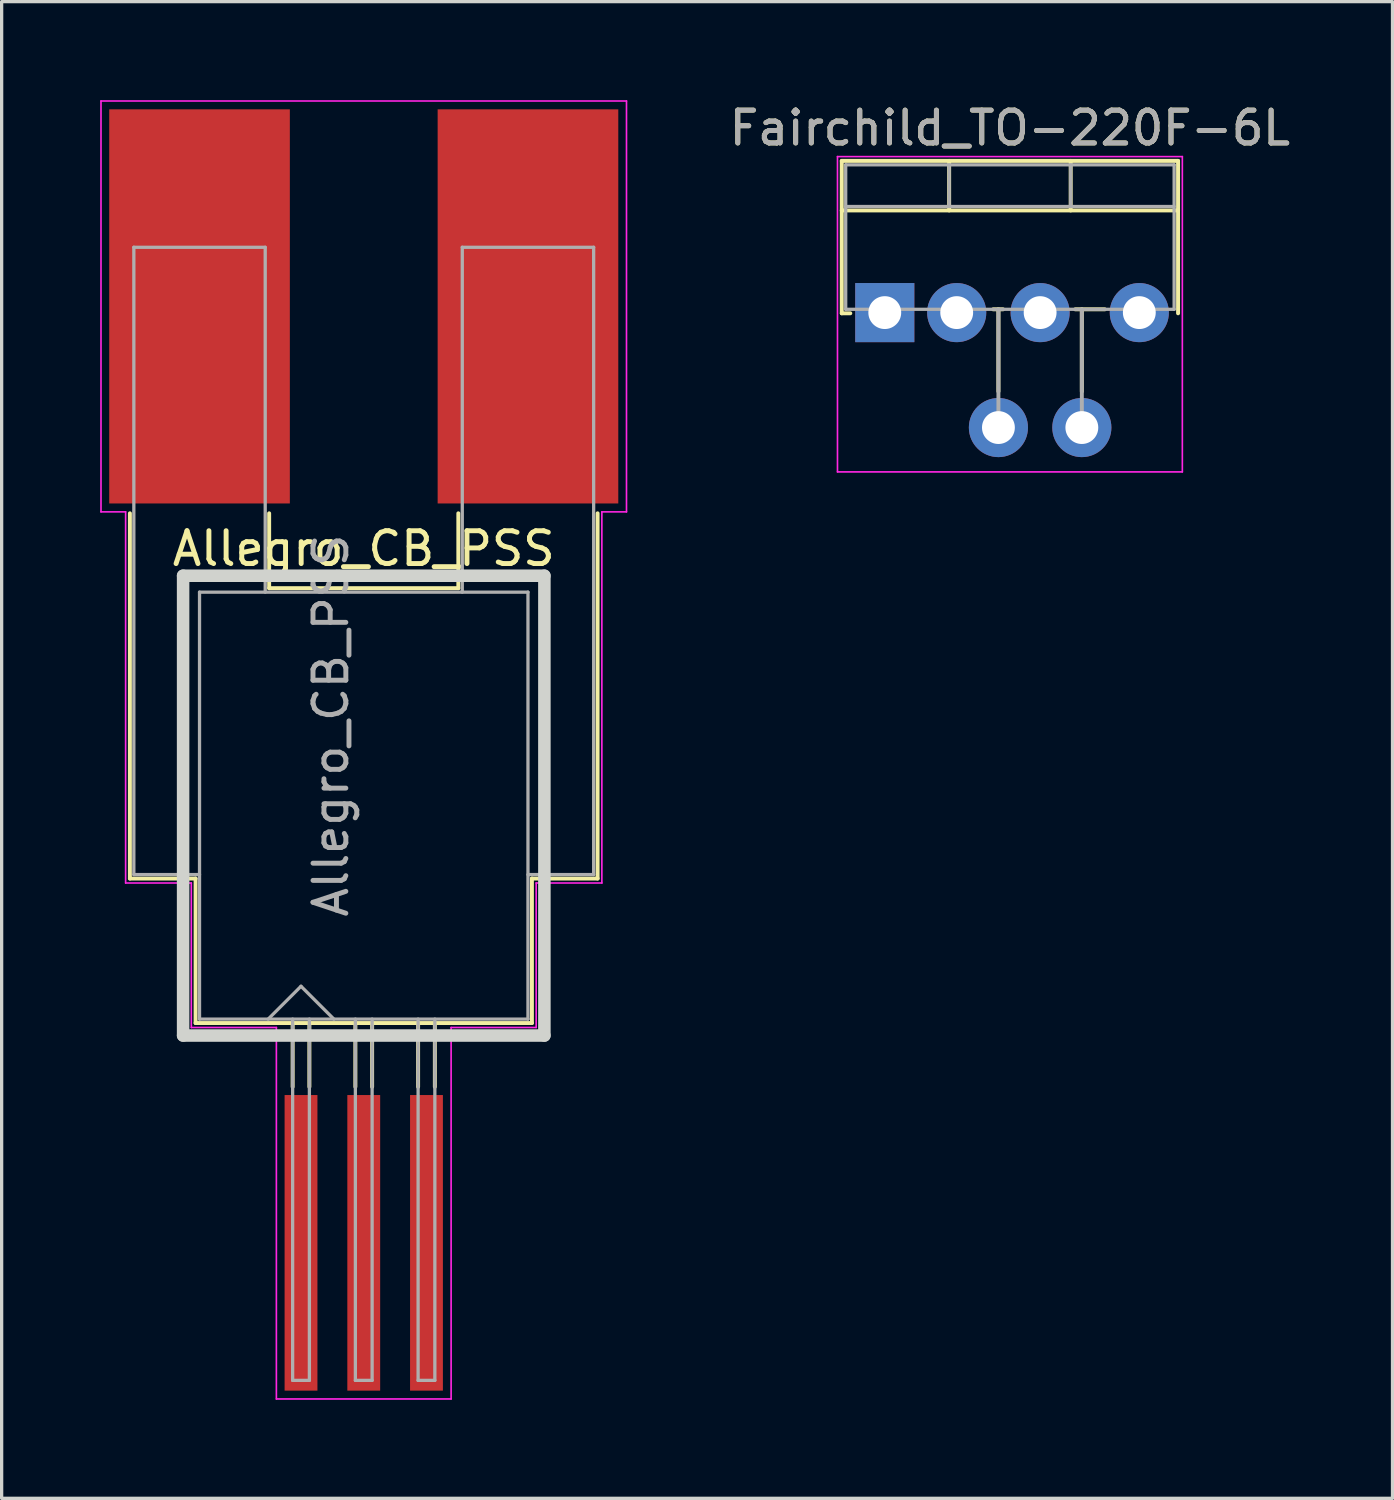
<source format=kicad_pcb>
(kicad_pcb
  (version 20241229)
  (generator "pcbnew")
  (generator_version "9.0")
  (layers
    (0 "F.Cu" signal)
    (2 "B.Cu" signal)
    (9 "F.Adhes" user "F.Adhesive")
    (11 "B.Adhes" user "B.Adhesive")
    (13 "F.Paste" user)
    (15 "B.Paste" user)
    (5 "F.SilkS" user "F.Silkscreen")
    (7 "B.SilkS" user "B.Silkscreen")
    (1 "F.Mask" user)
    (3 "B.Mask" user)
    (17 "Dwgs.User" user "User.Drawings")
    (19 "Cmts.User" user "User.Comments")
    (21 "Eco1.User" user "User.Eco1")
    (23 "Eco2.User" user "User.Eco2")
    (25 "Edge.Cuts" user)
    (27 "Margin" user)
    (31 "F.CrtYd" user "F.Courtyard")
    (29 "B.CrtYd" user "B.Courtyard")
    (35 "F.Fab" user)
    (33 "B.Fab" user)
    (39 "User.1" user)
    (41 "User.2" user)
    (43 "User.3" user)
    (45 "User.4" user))
  (footprint "Allegro_CB_PSS"
    (layer "F.Cu")
    (at 8.025 19.785)
    (property "Reference" "Allegro_CB_PSS" (at 0 -6.131 0) (layer "F.SilkS") (effects (font (size 1 1) (thickness 0.15))))
    (attr smd)
    (fp_line (start -7.12 3.914) (end -7.12 -7.206) (stroke (width 0.12) (type solid)) (layer "F.SilkS"))
    (fp_line (start -5.12 3.914) (end -7.12 3.914) (stroke (width 0.12) (type solid)) (layer "F.SilkS"))
    (fp_line (start -5.12 8.314) (end -5.12 3.914) (stroke (width 0.12) (type solid)) (layer "F.SilkS"))
    (fp_line (start -2.88 -4.926) (end -2.88 -7.206) (stroke (width 0.12) (type solid)) (layer "F.SilkS"))
    (fp_line (start -2.88 -4.926) (end 2.88 -4.926) (stroke (width 0.12) (type solid)) (layer "F.SilkS"))
    (fp_line (start -2.165 8.314) (end -2.165 10.256) (stroke (width 0.12) (type solid)) (layer "F.SilkS"))
    (fp_line (start -1.655 8.314) (end -1.655 10.256) (stroke (width 0.12) (type solid)) (layer "F.SilkS"))
    (fp_line (start -0.255 8.314) (end -0.255 10.256) (stroke (width 0.12) (type solid)) (layer "F.SilkS"))
    (fp_line (start 0.255 8.314) (end 0.255 10.256) (stroke (width 0.12) (type solid)) (layer "F.SilkS"))
    (fp_line (start 1.655 8.314) (end 1.655 10.256) (stroke (width 0.12) (type solid)) (layer "F.SilkS"))
    (fp_line (start 2.165 8.314) (end 2.165 10.256) (stroke (width 0.12) (type solid)) (layer "F.SilkS"))
    (fp_line (start 2.88 -4.926) (end 2.88 -7.206) (stroke (width 0.12) (type solid)) (layer "F.SilkS"))
    (fp_line (start 5.12 3.914) (end 7.12 3.914) (stroke (width 0.12) (type solid)) (layer "F.SilkS"))
    (fp_line (start 5.12 8.314) (end -5.12 8.314) (stroke (width 0.12) (type solid)) (layer "F.SilkS"))
    (fp_line (start 5.12 8.314) (end 5.12 3.914) (stroke (width 0.12) (type solid)) (layer "F.SilkS"))
    (fp_line (start 7.12 3.914) (end 7.12 -7.206) (stroke (width 0.12) (type solid)) (layer "F.SilkS"))
    (fp_line (start -5.5 -5.306) (end 5.5 -5.306) (stroke (width 0.381) (type solid)) (layer "Edge.Cuts"))
    (fp_line (start -5.5 8.694) (end -5.5 -5.306) (stroke (width 0.381) (type solid)) (layer "Edge.Cuts"))
    (fp_line (start 5.5 -5.306) (end 5.5 8.694) (stroke (width 0.381) (type solid)) (layer "Edge.Cuts"))
    (fp_line (start 5.5 8.694) (end -5.5 8.694) (stroke (width 0.381) (type solid)) (layer "Edge.Cuts"))
    (fp_line (start -8 -19.76) (end 8 -19.76) (stroke (width 0.05) (type solid)) (layer "F.CrtYd"))
    (fp_line (start -8 -7.25) (end -8 -19.76) (stroke (width 0.05) (type solid)) (layer "F.CrtYd"))
    (fp_line (start -8 -7.25) (end -7.25 -7.25) (stroke (width 0.05) (type solid)) (layer "F.CrtYd"))
    (fp_line (start -7.25 4.05) (end -7.25 -7.25) (stroke (width 0.05) (type solid)) (layer "F.CrtYd"))
    (fp_line (start -5.25 4.05) (end -7.25 4.05) (stroke (width 0.05) (type solid)) (layer "F.CrtYd"))
    (fp_line (start -5.25 4.05) (end -5.25 8.45) (stroke (width 0.05) (type solid)) (layer "F.CrtYd"))
    (fp_line (start -2.66 8.45) (end -5.25 8.45) (stroke (width 0.05) (type solid)) (layer "F.CrtYd"))
    (fp_line (start -2.66 8.45) (end -2.66 19.76) (stroke (width 0.05) (type solid)) (layer "F.CrtYd"))
    (fp_line (start 2.66 8.45) (end 2.66 19.76) (stroke (width 0.05) (type solid)) (layer "F.CrtYd"))
    (fp_line (start 2.66 8.45) (end 5.25 8.45) (stroke (width 0.05) (type solid)) (layer "F.CrtYd"))
    (fp_line (start 2.66 19.76) (end -2.66 19.76) (stroke (width 0.05) (type solid)) (layer "F.CrtYd"))
    (fp_line (start 5.25 4.05) (end 5.25 8.45) (stroke (width 0.05) (type solid)) (layer "F.CrtYd"))
    (fp_line (start 5.25 4.05) (end 7.25 4.05) (stroke (width 0.05) (type solid)) (layer "F.CrtYd"))
    (fp_line (start 7.25 -7.25) (end 8 -7.25) (stroke (width 0.05) (type solid)) (layer "F.CrtYd"))
    (fp_line (start 7.25 4.05) (end 7.25 -7.25) (stroke (width 0.05) (type solid)) (layer "F.CrtYd"))
    (fp_line (start 8 -19.76) (end 8 -7.25) (stroke (width 0.05) (type solid)) (layer "F.CrtYd"))
    (fp_line (start -7 -15.306) (end -3 -15.306) (stroke (width 0.1) (type solid)) (layer "F.Fab"))
    (fp_line (start -7 3.794) (end -7 -15.306) (stroke (width 0.1) (type solid)) (layer "F.Fab"))
    (fp_line (start -7 3.794) (end -5 3.794) (stroke (width 0.1) (type solid)) (layer "F.Fab"))
    (fp_line (start -5 -4.806) (end -5 8.194) (stroke (width 0.1) (type solid)) (layer "F.Fab"))
    (fp_line (start -5 -4.806) (end 5 -4.806) (stroke (width 0.1) (type solid)) (layer "F.Fab"))
    (fp_line (start -3 -4.806) (end -3 -15.306) (stroke (width 0.1) (type solid)) (layer "F.Fab"))
    (fp_line (start -2.165 8.194) (end -2.165 19.194) (stroke (width 0.1) (type solid)) (layer "F.Fab"))
    (fp_line (start -1.91 7.194) (end -2.91 8.194) (stroke (width 0.1) (type solid)) (layer "F.Fab"))
    (fp_line (start -1.91 7.194) (end -0.91 8.194) (stroke (width 0.1) (type solid)) (layer "F.Fab"))
    (fp_line (start -1.655 8.194) (end -1.655 19.194) (stroke (width 0.1) (type solid)) (layer "F.Fab"))
    (fp_line (start -1.655 19.194) (end -2.165 19.194) (stroke (width 0.1) (type solid)) (layer "F.Fab"))
    (fp_line (start -0.255 8.194) (end -0.255 19.194) (stroke (width 0.1) (type solid)) (layer "F.Fab"))
    (fp_line (start 0.255 8.194) (end 0.255 19.194) (stroke (width 0.1) (type solid)) (layer "F.Fab"))
    (fp_line (start 0.255 19.194) (end -0.255 19.194) (stroke (width 0.1) (type solid)) (layer "F.Fab"))
    (fp_line (start 1.655 8.194) (end 1.655 19.194) (stroke (width 0.1) (type solid)) (layer "F.Fab"))
    (fp_line (start 2.165 8.194) (end 2.165 19.194) (stroke (width 0.1) (type solid)) (layer "F.Fab"))
    (fp_line (start 2.165 19.194) (end 1.655 19.194) (stroke (width 0.1) (type solid)) (layer "F.Fab"))
    (fp_line (start 3 -4.806) (end 3 -15.306) (stroke (width 0.1) (type solid)) (layer "F.Fab"))
    (fp_line (start 5 -4.806) (end 5 8.194) (stroke (width 0.1) (type solid)) (layer "F.Fab"))
    (fp_line (start 5 3.794) (end 7 3.794) (stroke (width 0.1) (type solid)) (layer "F.Fab"))
    (fp_line (start 5 8.194) (end -5 8.194) (stroke (width 0.1) (type solid)) (layer "F.Fab"))
    (fp_line (start 7 -15.306) (end 3 -15.306) (stroke (width 0.1) (type solid)) (layer "F.Fab"))
    (fp_line (start 7 3.794) (end 7 -15.306) (stroke (width 0.1) (type solid)) (layer "F.Fab"))
    (fp_text user "${REFERENCE}" (at -1 -0.744 90) (layer "F.Fab") (effects (font (size 1 1) (thickness 0.15))))
    (pad "1" smd rect (at -1.91 15.006) (size 1 9) (layers "F.Cu" "F.Mask" "F.Paste"))
    (pad "2" smd rect (at 0 15.006) (size 1 9) (layers "F.Cu" "F.Mask" "F.Paste"))
    (pad "3" smd rect (at 1.91 15.006) (size 1 9) (layers "F.Cu" "F.Mask" "F.Paste"))
    (pad "4" smd rect (at 5 -13.506) (size 5.5 12) (layers "F.Cu" "F.Mask" "F.Paste"))
    (pad "5" smd rect (at -5 -13.506) (size 5.5 12) (layers "F.Cu" "F.Mask" "F.Paste")))
  (footprint "Fairchild_TO-220F-6L"
    (layer "F.Cu")
    (at 23.889 6.468)
    (property "Reference" "Fairchild_TO-220F-6L" (at 3.81 -5.62 0) (layer "F.SilkS") (effects (font (size 1 1) (thickness 0.15))))
    (attr through_hole)
    (fp_line (start -1.31 -4.62) (end -1.31 0.021) (stroke (width 0.12) (type solid)) (layer "F.SilkS"))
    (fp_line (start -1.31 -4.62) (end 8.93 -4.62) (stroke (width 0.12) (type solid)) (layer "F.SilkS"))
    (fp_line (start -1.31 -3.111) (end 8.93 -3.111) (stroke (width 0.12) (type solid)) (layer "F.SilkS"))
    (fp_line (start -1.31 0.021) (end -1.05 0.021) (stroke (width 0.12) (type solid)) (layer "F.SilkS"))
    (fp_line (start 1.96 -4.62) (end 1.96 -3.111) (stroke (width 0.12) (type solid)) (layer "F.SilkS"))
    (fp_line (start 3.3 -0.1) (end 3.6 -0.1) (stroke (width 0.12) (type solid)) (layer "F.SilkS"))
    (fp_line (start 3.46 2.4) (end 3.46 -0.1) (stroke (width 0.12) (type solid)) (layer "F.SilkS"))
    (fp_line (start 5.66 -4.62) (end 5.66 -3.111) (stroke (width 0.12) (type solid)) (layer "F.SilkS"))
    (fp_line (start 5.8 -0.1) (end 6.7 -0.1) (stroke (width 0.12) (type solid)) (layer "F.SilkS"))
    (fp_line (start 6 -0.1) (end 6 2.4) (stroke (width 0.12) (type solid)) (layer "F.SilkS"))
    (fp_line (start 8.93 -4.62) (end 8.93 0.021) (stroke (width 0.12) (type solid)) (layer "F.SilkS"))
    (fp_line (start -1.44 -4.75) (end -1.44 4.85) (stroke (width 0.05) (type solid)) (layer "F.CrtYd"))
    (fp_line (start -1.44 4.85) (end 9.06 4.85) (stroke (width 0.05) (type solid)) (layer "F.CrtYd"))
    (fp_line (start 9.06 -4.75) (end -1.44 -4.75) (stroke (width 0.05) (type solid)) (layer "F.CrtYd"))
    (fp_line (start 9.06 4.85) (end 9.06 -4.75) (stroke (width 0.05) (type solid)) (layer "F.CrtYd"))
    (fp_line (start -1.19 -4.5) (end -1.19 -0.1) (stroke (width 0.1) (type solid)) (layer "F.Fab"))
    (fp_line (start -1.19 -3.23) (end 8.81 -3.23) (stroke (width 0.1) (type solid)) (layer "F.Fab"))
    (fp_line (start -1.19 -0.1) (end 8.81 -0.1) (stroke (width 0.1) (type solid)) (layer "F.Fab"))
    (fp_line (start 0 -0.1) (end 0 0) (stroke (width 0.1) (type solid)) (layer "F.Fab"))
    (fp_line (start 1.96 -4.5) (end 1.96 -3.23) (stroke (width 0.1) (type solid)) (layer "F.Fab"))
    (fp_line (start 3.46 3.5) (end 3.46 -0.1) (stroke (width 0.12) (type solid)) (layer "F.Fab"))
    (fp_line (start 5.66 -4.5) (end 5.66 -3.23) (stroke (width 0.1) (type solid)) (layer "F.Fab"))
    (fp_line (start 6 3.5) (end 6 -0.1) (stroke (width 0.12) (type solid)) (layer "F.Fab"))
    (fp_line (start 8.81 -4.5) (end -1.19 -4.5) (stroke (width 0.1) (type solid)) (layer "F.Fab"))
    (fp_line (start 8.81 -0.1) (end 8.81 -4.5) (stroke (width 0.1) (type solid)) (layer "F.Fab"))
    (fp_text user "${REFERENCE}" (at 3.81 -5.62 0) (layer "F.Fab") (effects (font (size 1 1) (thickness 0.15))))
    (pad "1" thru_hole rect (at 0 0) (size 1.8 1.8) (drill 1) (layers "*.Cu" "*.Mask"))
    (pad "2" thru_hole oval (at 2.19 0) (size 1.8 1.8) (drill 1) (layers "*.Cu" "*.Mask"))
    (pad "3" thru_hole oval (at 3.46 3.5) (size 1.8 1.8) (drill 1) (layers "*.Cu" "*.Mask"))
    (pad "4" thru_hole oval (at 4.73 0) (size 1.8 1.8) (drill 1) (layers "*.Cu" "*.Mask"))
    (pad "5" thru_hole oval (at 6 3.5) (size 1.8 1.8) (drill 1) (layers "*.Cu" "*.Mask"))
    (pad "6" thru_hole oval (at 7.75 0) (size 1.8 1.8) (drill 1) (layers "*.Cu" "*.Mask")))
  (gr_rect
    (start -3 -3)
    (end 39.348 42.57)
    (stroke (width 0.1) (type default))
    (fill no)
    (layer "Edge.Cuts")))
</source>
